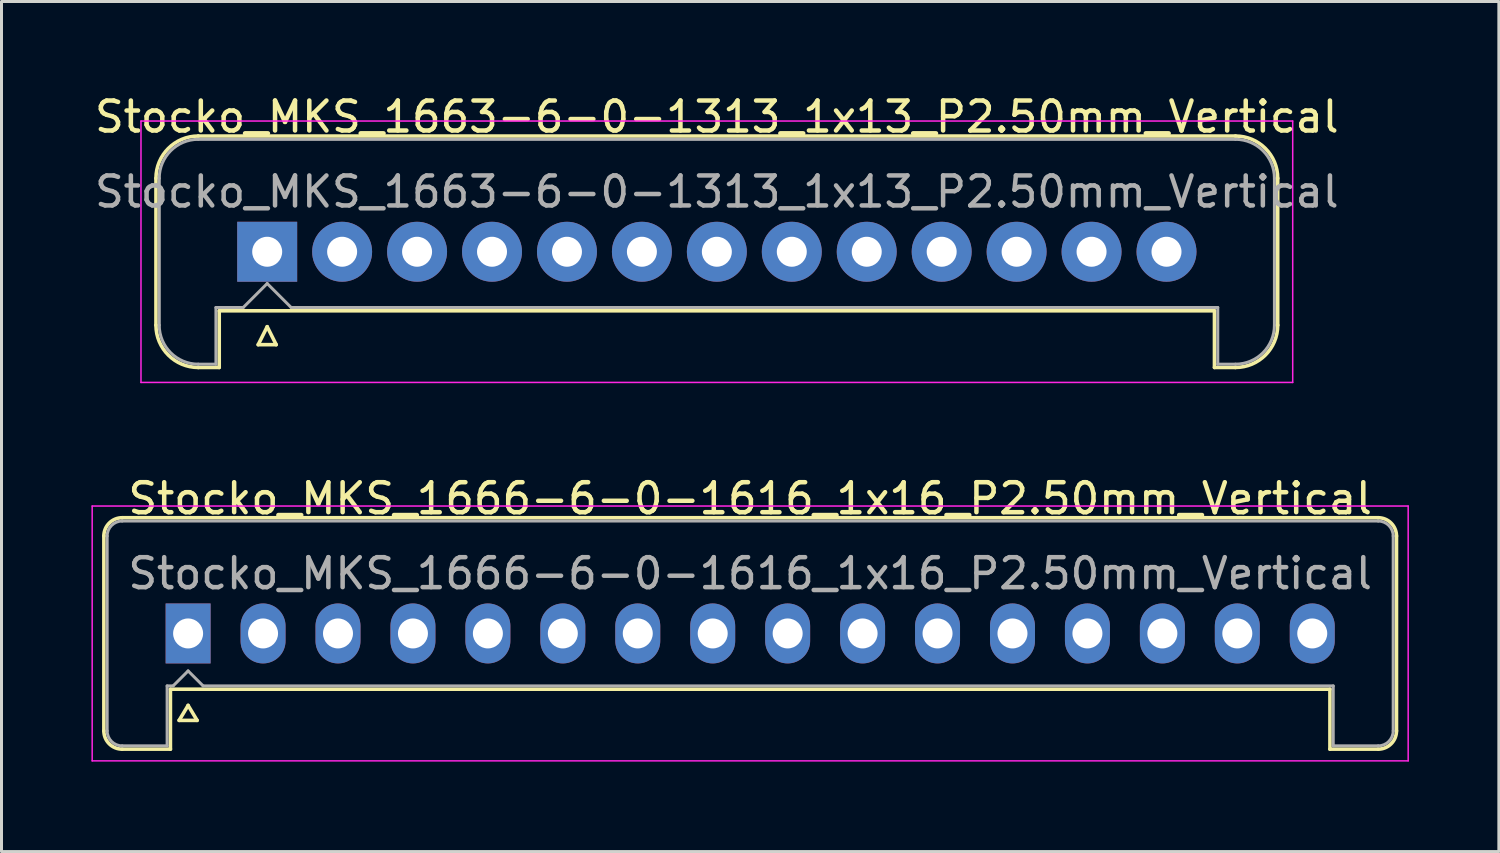
<source format=kicad_pcb>
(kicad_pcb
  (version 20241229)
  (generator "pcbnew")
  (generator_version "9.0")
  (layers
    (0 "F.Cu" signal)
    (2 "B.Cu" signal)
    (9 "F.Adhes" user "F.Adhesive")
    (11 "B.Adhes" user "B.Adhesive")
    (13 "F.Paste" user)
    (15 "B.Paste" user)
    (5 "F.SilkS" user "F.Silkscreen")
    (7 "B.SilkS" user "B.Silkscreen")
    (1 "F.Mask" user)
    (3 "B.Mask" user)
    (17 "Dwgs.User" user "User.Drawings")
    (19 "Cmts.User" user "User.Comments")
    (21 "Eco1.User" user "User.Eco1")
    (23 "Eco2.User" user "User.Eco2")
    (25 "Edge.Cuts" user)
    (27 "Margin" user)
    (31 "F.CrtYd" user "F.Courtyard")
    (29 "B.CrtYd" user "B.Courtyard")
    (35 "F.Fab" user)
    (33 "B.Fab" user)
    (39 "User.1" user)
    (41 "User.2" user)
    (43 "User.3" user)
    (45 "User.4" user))
  (footprint "Stocko_MKS_1663-6-0-1313_1x13_P2.50mm_Vertical"
    (layer "F.Cu")
    (at 5.863 5.348)
    (property "Reference" "Stocko_MKS_1663-6-0-1313_1x13_P2.50mm_Vertical" (at 15 -4.5 0) (layer "F.SilkS") (effects (font (size 1 1) (thickness 0.15))))
    (attr through_hole)
    (fp_line (start -3.71 -2.45) (end -3.71 2.45) (stroke (width 0.12) (type solid)) (layer "F.SilkS"))
    (fp_line (start -2.3 -3.86) (end 32.3 -3.86) (stroke (width 0.12) (type solid)) (layer "F.SilkS"))
    (fp_line (start -2.3 3.86) (end -1.6 3.86) (stroke (width 0.12) (type solid)) (layer "F.SilkS"))
    (fp_line (start -1.6 1.97) (end 31.6 1.97) (stroke (width 0.12) (type solid)) (layer "F.SilkS"))
    (fp_line (start -1.6 3.86) (end -1.6 1.97) (stroke (width 0.12) (type solid)) (layer "F.SilkS"))
    (fp_line (start -0.3 3.1) (end 0.3 3.1) (stroke (width 0.12) (type solid)) (layer "F.SilkS"))
    (fp_line (start 0 2.5) (end -0.3 3.1) (stroke (width 0.12) (type solid)) (layer "F.SilkS"))
    (fp_line (start 0.3 3.1) (end 0 2.5) (stroke (width 0.12) (type solid)) (layer "F.SilkS"))
    (fp_line (start 31.6 3.86) (end 31.6 1.97) (stroke (width 0.12) (type solid)) (layer "F.SilkS"))
    (fp_line (start 32.3 3.86) (end 31.6 3.86) (stroke (width 0.12) (type solid)) (layer "F.SilkS"))
    (fp_line (start 33.71 -2.45) (end 33.71 2.45) (stroke (width 0.12) (type solid)) (layer "F.SilkS"))
    (fp_arc (start -3.71 -2.45) (mid -3.297021 -3.447021) (end -2.3 -3.86) (stroke (width 0.12) (type solid)) (layer "F.SilkS"))
    (fp_arc (start -2.3 3.86) (mid -3.297021 3.447021) (end -3.71 2.45) (stroke (width 0.12) (type solid)) (layer "F.SilkS"))
    (fp_arc (start 32.3 -3.86) (mid 33.297021 -3.447021) (end 33.71 -2.45) (stroke (width 0.12) (type solid)) (layer "F.SilkS"))
    (fp_arc (start 33.71 2.45) (mid 33.297021 3.447021) (end 32.3 3.86) (stroke (width 0.12) (type solid)) (layer "F.SilkS"))
    (fp_line (start -4.21 -4.36) (end -4.21 4.36) (stroke (width 0.05) (type solid)) (layer "F.CrtYd"))
    (fp_line (start -4.21 4.36) (end 34.21 4.36) (stroke (width 0.05) (type solid)) (layer "F.CrtYd"))
    (fp_line (start 34.21 -4.36) (end -4.21 -4.36) (stroke (width 0.05) (type solid)) (layer "F.CrtYd"))
    (fp_line (start 34.21 4.36) (end 34.21 -4.36) (stroke (width 0.05) (type solid)) (layer "F.CrtYd"))
    (fp_line (start -3.6 -2.45) (end -3.6 2.45) (stroke (width 0.1) (type solid)) (layer "F.Fab"))
    (fp_line (start -2.3 -3.75) (end 32.3 -3.75) (stroke (width 0.1) (type solid)) (layer "F.Fab"))
    (fp_line (start -2.3 3.75) (end -1.71 3.75) (stroke (width 0.1) (type solid)) (layer "F.Fab"))
    (fp_line (start -1.71 1.86) (end -0.8 1.86) (stroke (width 0.1) (type solid)) (layer "F.Fab"))
    (fp_line (start -1.71 3.75) (end -1.71 1.86) (stroke (width 0.1) (type solid)) (layer "F.Fab"))
    (fp_line (start -0.8 1.86) (end 0 1.06) (stroke (width 0.1) (type solid)) (layer "F.Fab"))
    (fp_line (start 0 1.06) (end 0.8 1.86) (stroke (width 0.1) (type solid)) (layer "F.Fab"))
    (fp_line (start 0.8 1.86) (end 31.71 1.86) (stroke (width 0.1) (type solid)) (layer "F.Fab"))
    (fp_line (start 31.71 3.75) (end 31.71 1.86) (stroke (width 0.1) (type solid)) (layer "F.Fab"))
    (fp_line (start 32.3 3.75) (end 31.71 3.75) (stroke (width 0.1) (type solid)) (layer "F.Fab"))
    (fp_line (start 33.6 -2.45) (end 33.6 2.45) (stroke (width 0.1) (type solid)) (layer "F.Fab"))
    (fp_arc (start -3.6 -2.45) (mid -3.219239 -3.369239) (end -2.3 -3.75) (stroke (width 0.1) (type solid)) (layer "F.Fab"))
    (fp_arc (start -2.3 3.75) (mid -3.219239 3.369239) (end -3.6 2.45) (stroke (width 0.1) (type solid)) (layer "F.Fab"))
    (fp_arc (start 32.3 -3.75) (mid 33.219239 -3.369239) (end 33.6 -2.45) (stroke (width 0.1) (type solid)) (layer "F.Fab"))
    (fp_arc (start 33.6 2.45) (mid 33.219239 3.369239) (end 32.3 3.75) (stroke (width 0.1) (type solid)) (layer "F.Fab"))
    (fp_text user "${REFERENCE}" (at 15 -2 0) (layer "F.Fab") (effects (font (size 1 1) (thickness 0.15))))
    (pad "1" thru_hole rect (at 0 0) (size 2 2) (drill 1) (layers "*.Cu" "*.Mask"))
    (pad "2" thru_hole circle (at 2.5 0) (size 2 2) (drill 1) (layers "*.Cu" "*.Mask"))
    (pad "3" thru_hole circle (at 5 0) (size 2 2) (drill 1) (layers "*.Cu" "*.Mask"))
    (pad "4" thru_hole circle (at 7.5 0) (size 2 2) (drill 1) (layers "*.Cu" "*.Mask"))
    (pad "5" thru_hole circle (at 10 0) (size 2 2) (drill 1) (layers "*.Cu" "*.Mask"))
    (pad "6" thru_hole circle (at 12.5 0) (size 2 2) (drill 1) (layers "*.Cu" "*.Mask"))
    (pad "7" thru_hole circle (at 15 0) (size 2 2) (drill 1) (layers "*.Cu" "*.Mask"))
    (pad "8" thru_hole circle (at 17.5 0) (size 2 2) (drill 1) (layers "*.Cu" "*.Mask"))
    (pad "9" thru_hole circle (at 20 0) (size 2 2) (drill 1) (layers "*.Cu" "*.Mask"))
    (pad "10" thru_hole circle (at 22.5 0) (size 2 2) (drill 1) (layers "*.Cu" "*.Mask"))
    (pad "11" thru_hole circle (at 25 0) (size 2 2) (drill 1) (layers "*.Cu" "*.Mask"))
    (pad "12" thru_hole circle (at 27.5 0) (size 2 2) (drill 1) (layers "*.Cu" "*.Mask"))
    (pad "13" thru_hole circle (at 30 0) (size 2 2) (drill 1) (layers "*.Cu" "*.Mask")))
  (footprint "Stocko_MKS_1666-6-0-1616_1x16_P2.50mm_Vertical"
    (layer "F.Cu")
    (at 3.225 18.081)
    (property "Reference" "Stocko_MKS_1666-6-0-1616_1x16_P2.50mm_Vertical" (at 18.75 -4.5 0) (layer "F.SilkS") (effects (font (size 1 1) (thickness 0.15))))
    (attr through_hole)
    (fp_line (start -2.81 -3.25) (end -2.81 3.25) (stroke (width 0.12) (type solid)) (layer "F.SilkS"))
    (fp_line (start -2.2 -3.86) (end 39.7 -3.86) (stroke (width 0.12) (type solid)) (layer "F.SilkS"))
    (fp_line (start -2.2 3.86) (end -0.59 3.86) (stroke (width 0.12) (type solid)) (layer "F.SilkS"))
    (fp_line (start -0.59 1.86) (end 38.09 1.86) (stroke (width 0.12) (type solid)) (layer "F.SilkS"))
    (fp_line (start -0.59 3.86) (end -0.59 1.86) (stroke (width 0.12) (type solid)) (layer "F.SilkS"))
    (fp_line (start -0.3 2.9) (end 0.3 2.9) (stroke (width 0.12) (type solid)) (layer "F.SilkS"))
    (fp_line (start 0 2.4) (end -0.3 2.9) (stroke (width 0.12) (type solid)) (layer "F.SilkS"))
    (fp_line (start 0.3 2.9) (end 0 2.4) (stroke (width 0.12) (type solid)) (layer "F.SilkS"))
    (fp_line (start 38.09 3.86) (end 38.09 1.86) (stroke (width 0.12) (type solid)) (layer "F.SilkS"))
    (fp_line (start 39.7 3.86) (end 38.09 3.86) (stroke (width 0.12) (type solid)) (layer "F.SilkS"))
    (fp_line (start 40.31 -3.25) (end 40.31 3.25) (stroke (width 0.12) (type solid)) (layer "F.SilkS"))
    (fp_arc (start -2.81 -3.25) (mid -2.631335 -3.681335) (end -2.2 -3.86) (stroke (width 0.12) (type solid)) (layer "F.SilkS"))
    (fp_arc (start -2.2 3.86) (mid -2.631335 3.681335) (end -2.81 3.25) (stroke (width 0.12) (type solid)) (layer "F.SilkS"))
    (fp_arc (start 39.7 -3.86) (mid 40.131335 -3.681335) (end 40.31 -3.25) (stroke (width 0.12) (type solid)) (layer "F.SilkS"))
    (fp_arc (start 40.31 3.25) (mid 40.131335 3.681335) (end 39.7 3.86) (stroke (width 0.12) (type solid)) (layer "F.SilkS"))
    (fp_line (start -3.2 -4.25) (end -3.2 4.25) (stroke (width 0.05) (type solid)) (layer "F.CrtYd"))
    (fp_line (start -3.2 4.25) (end 40.7 4.25) (stroke (width 0.05) (type solid)) (layer "F.CrtYd"))
    (fp_line (start 40.7 -4.25) (end -3.2 -4.25) (stroke (width 0.05) (type solid)) (layer "F.CrtYd"))
    (fp_line (start 40.7 4.25) (end 40.7 -4.25) (stroke (width 0.05) (type solid)) (layer "F.CrtYd"))
    (fp_line (start -2.7 -3.25) (end -2.7 3.25) (stroke (width 0.1) (type solid)) (layer "F.Fab"))
    (fp_line (start -2.2 -3.75) (end 39.7 -3.75) (stroke (width 0.1) (type solid)) (layer "F.Fab"))
    (fp_line (start -2.2 3.75) (end -0.7 3.75) (stroke (width 0.1) (type solid)) (layer "F.Fab"))
    (fp_line (start -0.7 1.75) (end -0.5 1.75) (stroke (width 0.1) (type solid)) (layer "F.Fab"))
    (fp_line (start -0.7 3.75) (end -0.7 1.75) (stroke (width 0.1) (type solid)) (layer "F.Fab"))
    (fp_line (start -0.5 1.75) (end 0 1.25) (stroke (width 0.1) (type solid)) (layer "F.Fab"))
    (fp_line (start 0 1.25) (end 0.5 1.75) (stroke (width 0.1) (type solid)) (layer "F.Fab"))
    (fp_line (start 0.5 1.75) (end 38.2 1.75) (stroke (width 0.1) (type solid)) (layer "F.Fab"))
    (fp_line (start 38.2 3.75) (end 38.2 1.75) (stroke (width 0.1) (type solid)) (layer "F.Fab"))
    (fp_line (start 39.7 3.75) (end 38.2 3.75) (stroke (width 0.1) (type solid)) (layer "F.Fab"))
    (fp_line (start 40.2 -3.25) (end 40.2 3.25) (stroke (width 0.1) (type solid)) (layer "F.Fab"))
    (fp_arc (start -2.7 -3.25) (mid -2.553553 -3.603553) (end -2.2 -3.75) (stroke (width 0.1) (type solid)) (layer "F.Fab"))
    (fp_arc (start -2.2 3.75) (mid -2.553553 3.603553) (end -2.7 3.25) (stroke (width 0.1) (type solid)) (layer "F.Fab"))
    (fp_arc (start 39.7 -3.75) (mid 40.053553 -3.603553) (end 40.2 -3.25) (stroke (width 0.1) (type solid)) (layer "F.Fab"))
    (fp_arc (start 40.2 3.25) (mid 40.053553 3.603553) (end 39.7 3.75) (stroke (width 0.1) (type solid)) (layer "F.Fab"))
    (fp_text user "${REFERENCE}" (at 18.75 -2 0) (layer "F.Fab") (effects (font (size 1 1) (thickness 0.15))))
    (pad "1" thru_hole rect (at 0 0) (size 1.5 2) (drill 1) (layers "*.Cu" "*.Mask"))
    (pad "2" thru_hole oval (at 2.5 0) (size 1.5 2) (drill 1) (layers "*.Cu" "*.Mask"))
    (pad "3" thru_hole oval (at 5 0) (size 1.5 2) (drill 1) (layers "*.Cu" "*.Mask"))
    (pad "4" thru_hole oval (at 7.5 0) (size 1.5 2) (drill 1) (layers "*.Cu" "*.Mask"))
    (pad "5" thru_hole oval (at 10 0) (size 1.5 2) (drill 1) (layers "*.Cu" "*.Mask"))
    (pad "6" thru_hole oval (at 12.5 0) (size 1.5 2) (drill 1) (layers "*.Cu" "*.Mask"))
    (pad "7" thru_hole oval (at 15 0) (size 1.5 2) (drill 1) (layers "*.Cu" "*.Mask"))
    (pad "8" thru_hole oval (at 17.5 0) (size 1.5 2) (drill 1) (layers "*.Cu" "*.Mask"))
    (pad "9" thru_hole oval (at 20 0) (size 1.5 2) (drill 1) (layers "*.Cu" "*.Mask"))
    (pad "10" thru_hole oval (at 22.5 0) (size 1.5 2) (drill 1) (layers "*.Cu" "*.Mask"))
    (pad "11" thru_hole oval (at 25 0) (size 1.5 2) (drill 1) (layers "*.Cu" "*.Mask"))
    (pad "12" thru_hole oval (at 27.5 0) (size 1.5 2) (drill 1) (layers "*.Cu" "*.Mask"))
    (pad "13" thru_hole oval (at 30 0) (size 1.5 2) (drill 1) (layers "*.Cu" "*.Mask"))
    (pad "14" thru_hole oval (at 32.5 0) (size 1.5 2) (drill 1) (layers "*.Cu" "*.Mask"))
    (pad "15" thru_hole oval (at 35 0) (size 1.5 2) (drill 1) (layers "*.Cu" "*.Mask"))
    (pad "16" thru_hole oval (at 37.5 0) (size 1.5 2) (drill 1) (layers "*.Cu" "*.Mask")))
  (gr_rect
    (start -3 -3)
    (end 46.95 25.357)
    (stroke (width 0.1) (type default))
    (fill no)
    (layer "Edge.Cuts")))
</source>
